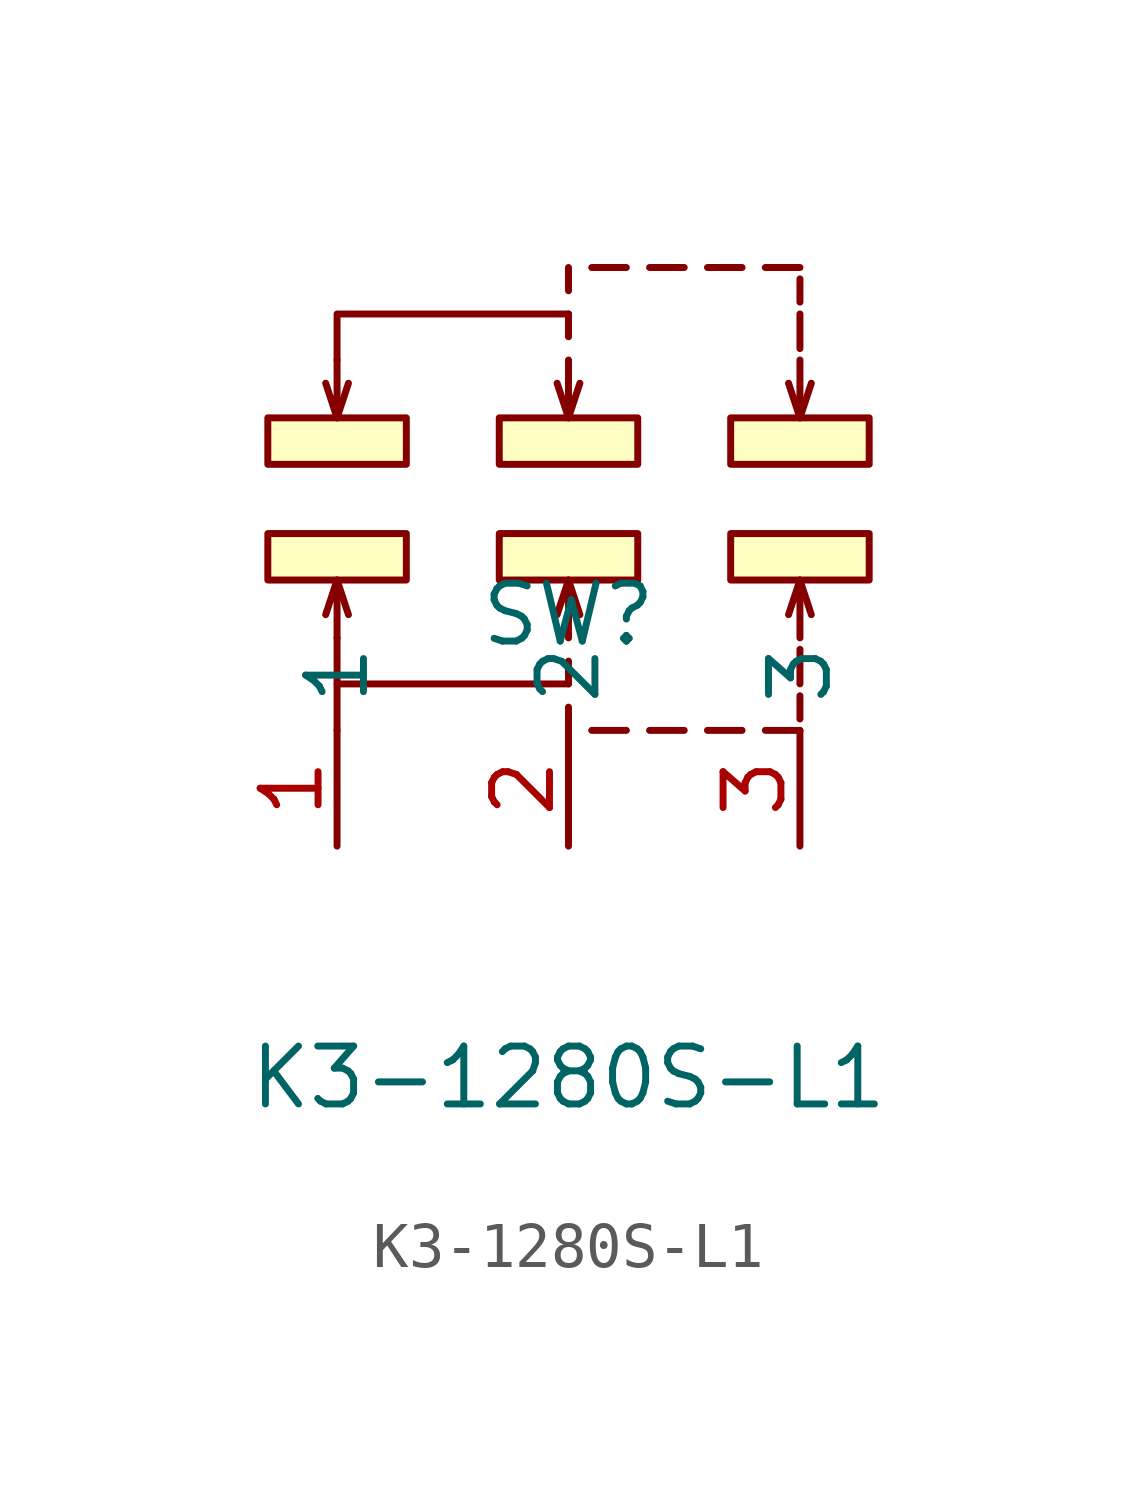
<source format=kicad_sym>
(kicad_symbol_lib
  (version 20211014)
  (generator https://github.com/uPesy/easyeda2kicad.py)
  (symbol "K3-1280S-L1"
    (property "Reference" "SW"
      (at 0 -1.27 0)
      (effects (font (size 1.27 1.27))))
    (property "Value" "K3-1280S-L1"
      (at 0 -11.43 0)
      (effects (font (size 1.27 1.27))))
    (symbol "K3-1280S-L1_0_1"
      (rectangle (start -6.60 3.05) (end -3.56 2.03) (stroke (width 0) (type default) (color 0 0 0 0)) (fill (type background)))
      (rectangle (start -1.52 3.05) (end 1.52 2.03) (stroke (width 0) (type default) (color 0 0 0 0)) (fill (type background)))
      (rectangle (start 3.56 3.05) (end 6.60 2.03) (stroke (width 0) (type default) (color 0 0 0 0)) (fill (type background)))
      (rectangle (start -6.60 0.51) (end -3.56 -0.51) (stroke (width 0) (type default) (color 0 0 0 0)) (fill (type background)))
      (rectangle (start -1.52 0.51) (end 1.52 -0.51) (stroke (width 0) (type default) (color 0 0 0 0)) (fill (type background)))
      (rectangle (start 3.56 0.51) (end 6.60 -0.51) (stroke (width 0) (type default) (color 0 0 0 0)) (fill (type background)))
      (polyline (pts (xy 0.00 -1.78) (xy 0.00 -0.51) (xy -0.25 -1.27)) (stroke (width 0) (type default) (color 0 0 0 0)) (fill (type none)))
      (polyline (pts (xy 0.00 -0.51) (xy 0.25 -1.27)) (stroke (width 0) (type default) (color 0 0 0 0)) (fill (type none)))
      (polyline (pts (xy 5.08 -1.78) (xy 5.08 -0.51) (xy 4.83 -1.27)) (stroke (width 0) (type default) (color 0 0 0 0)) (fill (type none)))
      (polyline (pts (xy 5.08 -0.51) (xy 5.33 -1.27)) (stroke (width 0) (type default) (color 0 0 0 0)) (fill (type none)))
      (polyline (pts (xy -5.08 -1.78) (xy -5.08 -0.51) (xy -5.33 -1.27)) (stroke (width 0) (type default) (color 0 0 0 0)) (fill (type none)))
      (polyline (pts (xy -5.08 -0.51) (xy -4.83 -1.27)) (stroke (width 0) (type default) (color 0 0 0 0)) (fill (type none)))
      (polyline (pts (xy 0.00 -2.29) (xy 0.00 -2.79)) (stroke (width 0) (type default) (color 0 0 0 0)) (fill (type none)))
      (polyline (pts (xy 0.00 -3.30) (xy 0.00 -3.81)) (stroke (width 0) (type default) (color 0 0 0 0)) (fill (type none)))
      (polyline (pts (xy 0.51 -3.81) (xy 1.27 -3.81)) (stroke (width 0) (type default) (color 0 0 0 0)) (fill (type none)))
      (polyline (pts (xy 1.78 -3.81) (xy 2.54 -3.81)) (stroke (width 0) (type default) (color 0 0 0 0)) (fill (type none)))
      (polyline (pts (xy 3.05 -3.81) (xy 3.81 -3.81)) (stroke (width 0) (type default) (color 0 0 0 0)) (fill (type none)))
      (polyline (pts (xy 4.32 -3.81) (xy 5.08 -3.81)) (stroke (width 0) (type default) (color 0 0 0 0)) (fill (type none)))
      (polyline (pts (xy 5.08 -3.56) (xy 5.08 -3.05)) (stroke (width 0) (type default) (color 0 0 0 0)) (fill (type none)))
      (polyline (pts (xy 5.08 -2.79) (xy 5.08 -2.03)) (stroke (width 0) (type default) (color 0 0 0 0)) (fill (type none)))
      (polyline (pts (xy -5.08 -1.78) (xy -5.08 -2.79) (xy 0.00 -2.79)) (stroke (width 0) (type default) (color 0 0 0 0)) (fill (type none)))
      (polyline (pts (xy -5.08 -2.79) (xy -5.08 -3.81)) (stroke (width 0) (type default) (color 0 0 0 0)) (fill (type none)))
      (polyline (pts (xy 0.00 4.32) (xy 0.00 3.05) (xy -0.25 3.81)) (stroke (width 0) (type default) (color 0 0 0 0)) (fill (type none)))
      (polyline (pts (xy 0.00 3.05) (xy 0.25 3.81)) (stroke (width 0) (type default) (color 0 0 0 0)) (fill (type none)))
      (polyline (pts (xy 5.08 4.32) (xy 5.08 3.05) (xy 4.83 3.81)) (stroke (width 0) (type default) (color 0 0 0 0)) (fill (type none)))
      (polyline (pts (xy 5.08 3.05) (xy 5.33 3.81)) (stroke (width 0) (type default) (color 0 0 0 0)) (fill (type none)))
      (polyline (pts (xy -5.08 4.32) (xy -5.08 3.05) (xy -5.33 3.81)) (stroke (width 0) (type default) (color 0 0 0 0)) (fill (type none)))
      (polyline (pts (xy -5.08 3.05) (xy -4.83 3.81)) (stroke (width 0) (type default) (color 0 0 0 0)) (fill (type none)))
      (polyline (pts (xy 0.00 4.83) (xy 0.00 5.33)) (stroke (width 0) (type default) (color 0 0 0 0)) (fill (type none)))
      (polyline (pts (xy 0.00 5.84) (xy 0.00 6.35)) (stroke (width 0) (type default) (color 0 0 0 0)) (fill (type none)))
      (polyline (pts (xy 0.51 6.35) (xy 1.27 6.35)) (stroke (width 0) (type default) (color 0 0 0 0)) (fill (type none)))
      (polyline (pts (xy 1.78 6.35) (xy 2.54 6.35)) (stroke (width 0) (type default) (color 0 0 0 0)) (fill (type none)))
      (polyline (pts (xy 3.05 6.35) (xy 3.81 6.35)) (stroke (width 0) (type default) (color 0 0 0 0)) (fill (type none)))
      (polyline (pts (xy 4.32 6.35) (xy 5.08 6.35)) (stroke (width 0) (type default) (color 0 0 0 0)) (fill (type none)))
      (polyline (pts (xy 5.08 6.10) (xy 5.08 5.59)) (stroke (width 0) (type default) (color 0 0 0 0)) (fill (type none)))
      (polyline (pts (xy 5.08 5.33) (xy 5.08 4.57)) (stroke (width 0) (type default) (color 0 0 0 0)) (fill (type none)))
      (polyline (pts (xy -5.08 4.32) (xy -5.08 5.33) (xy 0.00 5.33)) (stroke (width 0) (type default) (color 0 0 0 0)) (fill (type none)))
      (pin unspecified line (at -5.08 -6.35 90) (length 2.54) (name "1" (effects (font (size 1.27 1.27)))) (number "1" (effects (font (size 1.27 1.27)))))
      (pin unspecified line (at 0.00 -6.35 90) (length 2.54) (name "2" (effects (font (size 1.27 1.27)))) (number "2" (effects (font (size 1.27 1.27)))))
      (pin unspecified line (at 5.08 -6.35 90) (length 2.54) (name "3" (effects (font (size 1.27 1.27)))) (number "3" (effects (font (size 1.27 1.27))))))))
</source>
